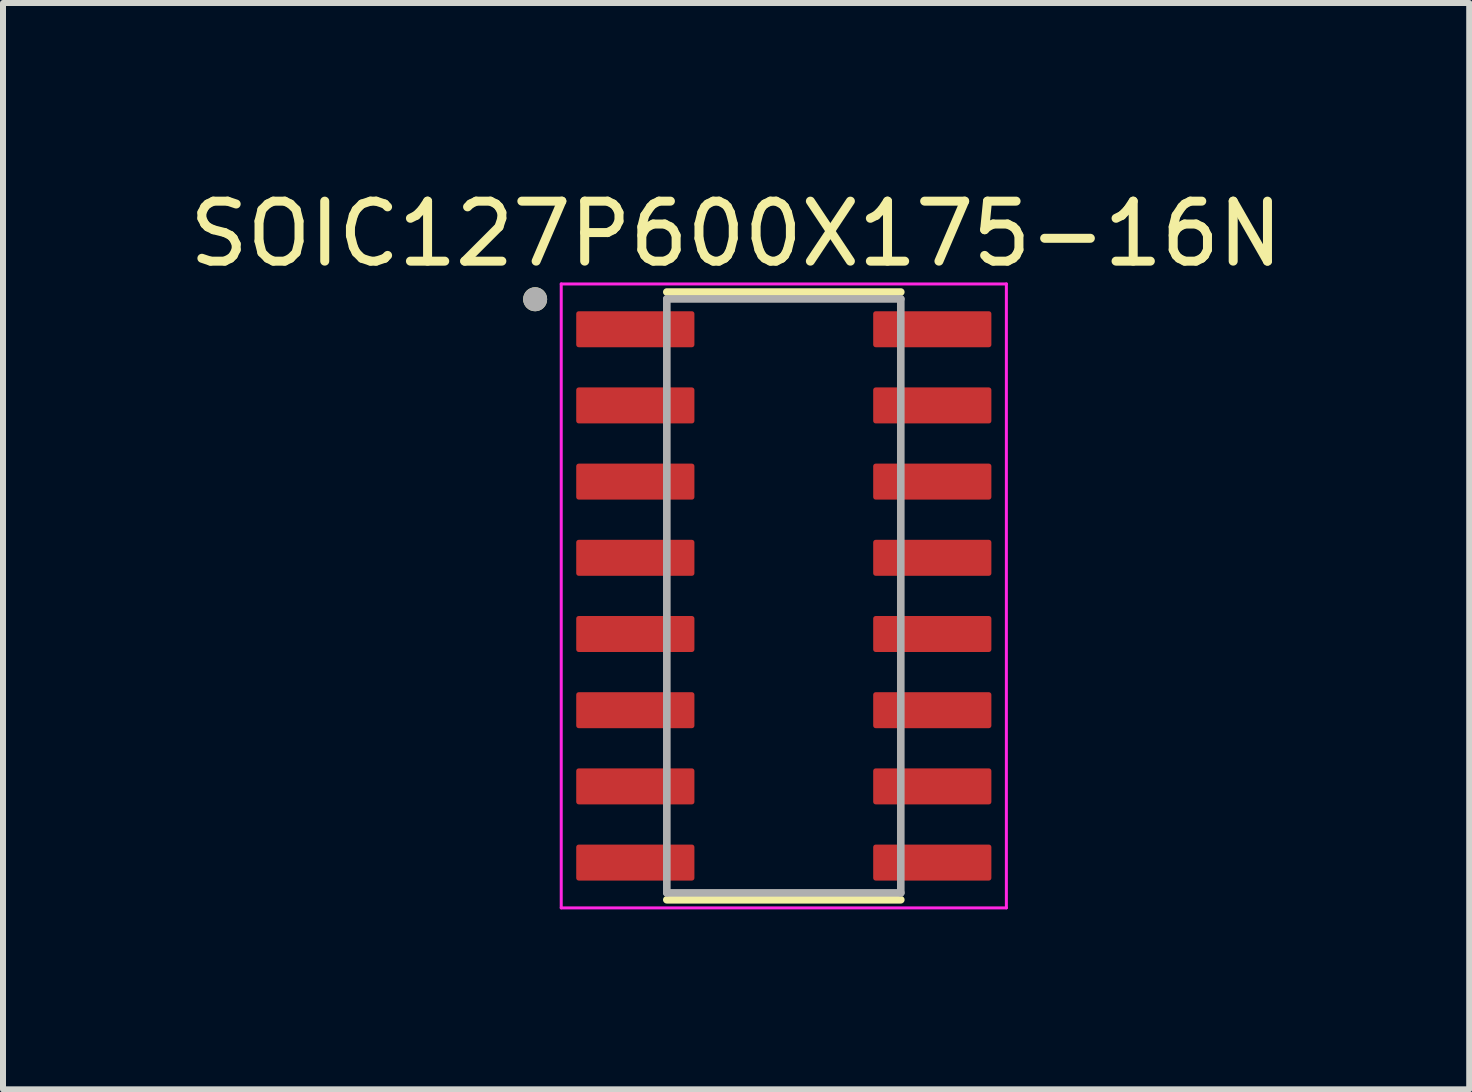
<source format=kicad_pcb>
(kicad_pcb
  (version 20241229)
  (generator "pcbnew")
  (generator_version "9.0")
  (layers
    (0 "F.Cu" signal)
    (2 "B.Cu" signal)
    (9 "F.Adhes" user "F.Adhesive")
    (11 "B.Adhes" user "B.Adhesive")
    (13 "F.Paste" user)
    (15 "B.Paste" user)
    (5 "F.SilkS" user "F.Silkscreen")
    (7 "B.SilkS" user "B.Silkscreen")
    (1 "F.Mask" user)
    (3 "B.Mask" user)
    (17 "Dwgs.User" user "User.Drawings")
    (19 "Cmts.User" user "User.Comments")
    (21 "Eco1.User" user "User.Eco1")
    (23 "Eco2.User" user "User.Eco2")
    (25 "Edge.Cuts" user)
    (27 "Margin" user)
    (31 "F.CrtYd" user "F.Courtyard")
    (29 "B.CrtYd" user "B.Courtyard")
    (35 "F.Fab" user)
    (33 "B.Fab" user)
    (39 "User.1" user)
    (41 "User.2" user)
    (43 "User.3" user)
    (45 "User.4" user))
  (footprint "SOIC127P600X175-16N"
    (layer "F.Cu")
    (at 10.015 6.883)
    (property "Reference" "SOIC127P600X175-16N" (at -0.795 -6.035 0) (layer "F.SilkS") (effects (font (size 1 1) (thickness 0.15))))
    (attr smd)
    (fp_line (start -1.95 -5.065) (end 1.95 -5.065) (stroke (width 0.127) (type solid)) (layer "F.SilkS"))
    (fp_line (start -1.95 5.065) (end 1.95 5.065) (stroke (width 0.127) (type solid)) (layer "F.SilkS"))
    (fp_circle (center -4.145 -4.945) (end -4.045 -4.945) (stroke (width 0.2) (type solid)) (fill no) (layer "F.SilkS"))
    (fp_line (start -3.71 -5.2) (end -3.71 5.2) (stroke (width 0.05) (type solid)) (layer "F.CrtYd"))
    (fp_line (start -3.71 -5.2) (end 3.71 -5.2) (stroke (width 0.05) (type solid)) (layer "F.CrtYd"))
    (fp_line (start -3.71 5.2) (end 3.71 5.2) (stroke (width 0.05) (type solid)) (layer "F.CrtYd"))
    (fp_line (start 3.71 -5.2) (end 3.71 5.2) (stroke (width 0.05) (type solid)) (layer "F.CrtYd"))
    (fp_line (start -1.95 -4.95) (end -1.95 4.95) (stroke (width 0.127) (type solid)) (layer "F.Fab"))
    (fp_line (start -1.95 -4.95) (end 1.95 -4.95) (stroke (width 0.127) (type solid)) (layer "F.Fab"))
    (fp_line (start -1.95 4.95) (end 1.95 4.95) (stroke (width 0.127) (type solid)) (layer "F.Fab"))
    (fp_line (start 1.95 -4.95) (end 1.95 4.95) (stroke (width 0.127) (type solid)) (layer "F.Fab"))
    (fp_circle (center -4.145 -4.945) (end -4.045 -4.945) (stroke (width 0.2) (type solid)) (fill no) (layer "F.Fab"))
    (pad "1" smd roundrect (at -2.475 -4.445) (size 1.97 0.6) (layers "F.Cu" "F.Mask" "F.Paste") (roundrect_rratio 0.07))
    (pad "2" smd roundrect (at -2.475 -3.175) (size 1.97 0.6) (layers "F.Cu" "F.Mask" "F.Paste") (roundrect_rratio 0.07))
    (pad "3" smd roundrect (at -2.475 -1.905) (size 1.97 0.6) (layers "F.Cu" "F.Mask" "F.Paste") (roundrect_rratio 0.07))
    (pad "4" smd roundrect (at -2.475 -0.635) (size 1.97 0.6) (layers "F.Cu" "F.Mask" "F.Paste") (roundrect_rratio 0.07))
    (pad "5" smd roundrect (at -2.475 0.635) (size 1.97 0.6) (layers "F.Cu" "F.Mask" "F.Paste") (roundrect_rratio 0.07))
    (pad "6" smd roundrect (at -2.475 1.905) (size 1.97 0.6) (layers "F.Cu" "F.Mask" "F.Paste") (roundrect_rratio 0.07))
    (pad "7" smd roundrect (at -2.475 3.175) (size 1.97 0.6) (layers "F.Cu" "F.Mask" "F.Paste") (roundrect_rratio 0.07))
    (pad "8" smd roundrect (at -2.475 4.445) (size 1.97 0.6) (layers "F.Cu" "F.Mask" "F.Paste") (roundrect_rratio 0.07))
    (pad "9" smd roundrect (at 2.475 4.445) (size 1.97 0.6) (layers "F.Cu" "F.Mask" "F.Paste") (roundrect_rratio 0.07))
    (pad "10" smd roundrect (at 2.475 3.175) (size 1.97 0.6) (layers "F.Cu" "F.Mask" "F.Paste") (roundrect_rratio 0.07))
    (pad "11" smd roundrect (at 2.475 1.905) (size 1.97 0.6) (layers "F.Cu" "F.Mask" "F.Paste") (roundrect_rratio 0.07))
    (pad "12" smd roundrect (at 2.475 0.635) (size 1.97 0.6) (layers "F.Cu" "F.Mask" "F.Paste") (roundrect_rratio 0.07))
    (pad "13" smd roundrect (at 2.475 -0.635) (size 1.97 0.6) (layers "F.Cu" "F.Mask" "F.Paste") (roundrect_rratio 0.07))
    (pad "14" smd roundrect (at 2.475 -1.905) (size 1.97 0.6) (layers "F.Cu" "F.Mask" "F.Paste") (roundrect_rratio 0.07))
    (pad "15" smd roundrect (at 2.475 -3.175) (size 1.97 0.6) (layers "F.Cu" "F.Mask" "F.Paste") (roundrect_rratio 0.07))
    (pad "16" smd roundrect (at 2.475 -4.445) (size 1.97 0.6) (layers "F.Cu" "F.Mask" "F.Paste") (roundrect_rratio 0.07)))
  (gr_rect
    (start -3 -3)
    (end 21.44 15.108)
    (stroke (width 0.1) (type default))
    (fill no)
    (layer "Edge.Cuts")))
</source>
